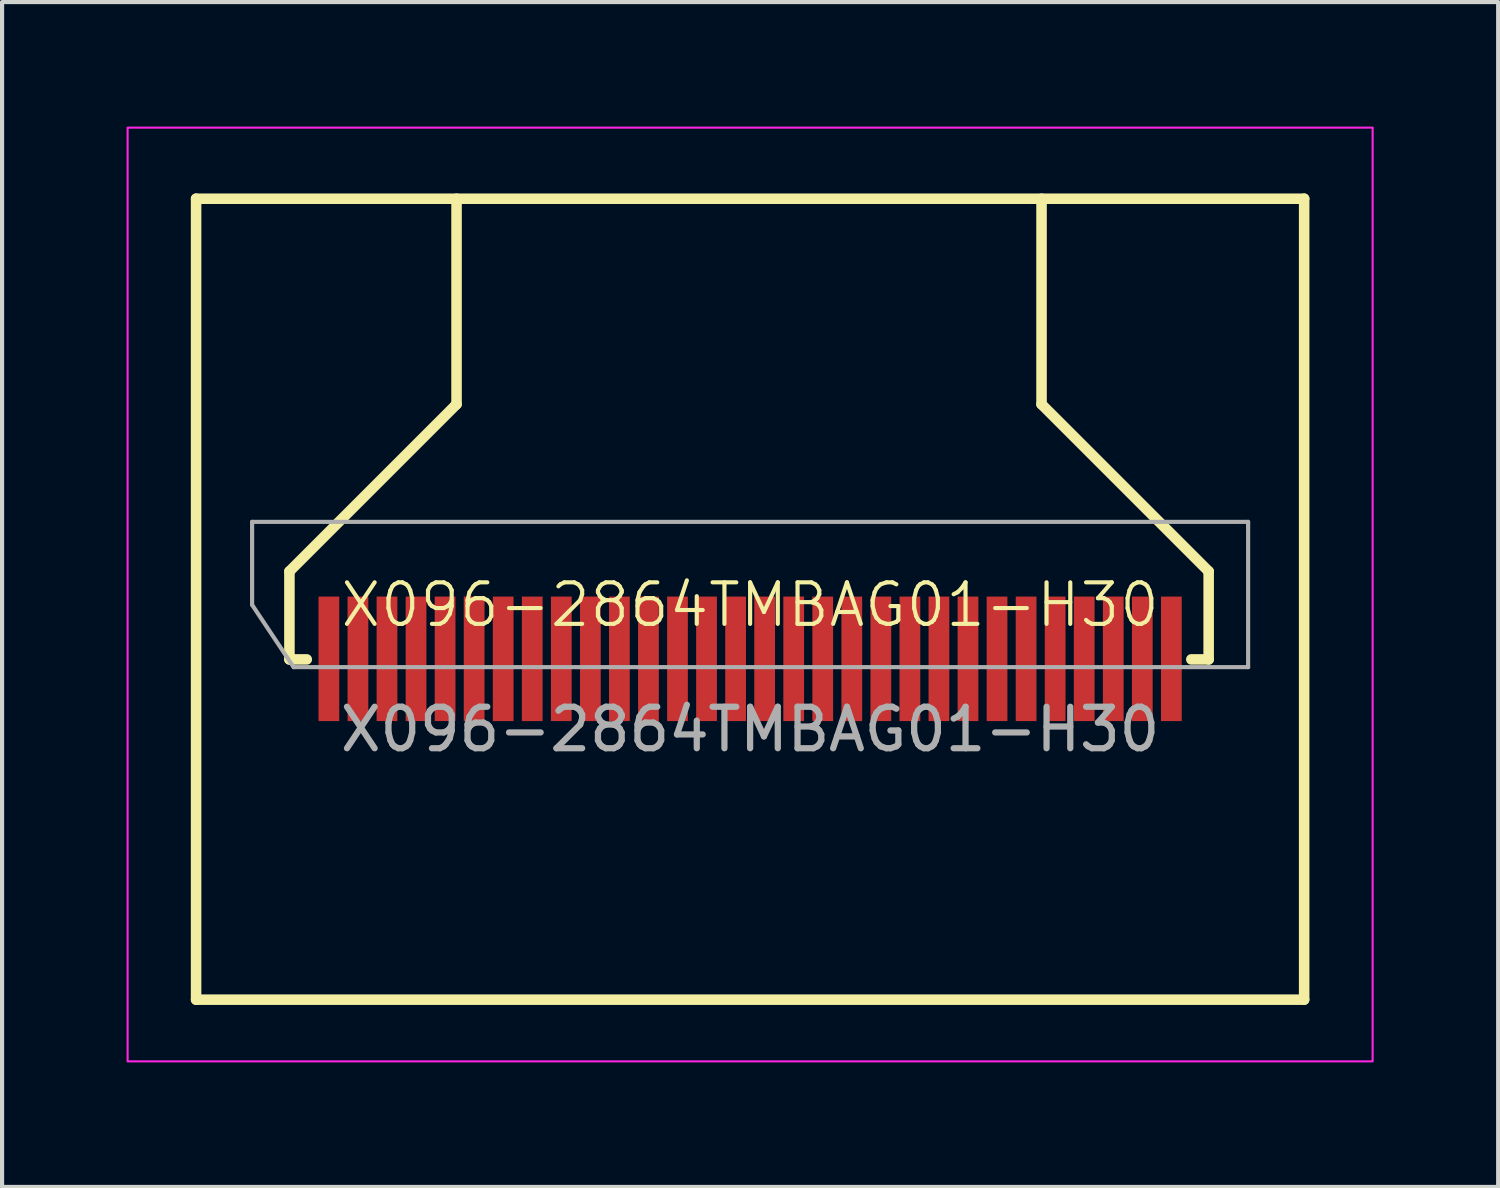
<source format=kicad_pcb>
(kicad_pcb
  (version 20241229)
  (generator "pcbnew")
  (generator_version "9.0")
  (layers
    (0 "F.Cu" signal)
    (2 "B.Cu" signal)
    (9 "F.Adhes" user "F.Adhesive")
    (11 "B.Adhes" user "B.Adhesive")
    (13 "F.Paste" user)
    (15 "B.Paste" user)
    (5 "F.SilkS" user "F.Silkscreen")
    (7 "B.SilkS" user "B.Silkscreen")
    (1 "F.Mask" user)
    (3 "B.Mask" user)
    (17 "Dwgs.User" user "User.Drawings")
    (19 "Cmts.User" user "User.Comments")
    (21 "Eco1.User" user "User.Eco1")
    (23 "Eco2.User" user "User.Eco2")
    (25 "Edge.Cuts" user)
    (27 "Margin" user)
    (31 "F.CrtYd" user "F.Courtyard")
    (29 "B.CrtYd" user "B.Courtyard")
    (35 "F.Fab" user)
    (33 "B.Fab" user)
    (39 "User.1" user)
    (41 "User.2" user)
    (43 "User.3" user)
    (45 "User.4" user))
  (footprint "X096-2864TMBAG01-H30"
    (layer "F.Cu")
    (at 15.025 12.025)
    (property "Reference" "X096-2864TMBAG01-H30" (at 0 -0.5 0) (unlocked yes) (layer "F.SilkS") (effects (font (size 1 1) (thickness 0.1))))
    (attr smd)
    (fp_line (start -13.35 -10.287) (end 13.35 -10.287) (stroke (width 0.254) (type default)) (layer "F.SilkS"))
    (fp_line (start -13.35 9.013) (end -13.35 -10.287) (stroke (width 0.254) (type default)) (layer "F.SilkS"))
    (fp_line (start -13.35 9.013) (end 13.35 9.013) (stroke (width 0.254) (type default)) (layer "F.SilkS"))
    (fp_line (start -11.101 -1.307) (end -11.101 0.814) (stroke (width 0.254) (type default)) (layer "F.SilkS"))
    (fp_line (start -11.101 -1.307) (end -7.074 -5.334) (stroke (width 0.254) (type default)) (layer "F.SilkS"))
    (fp_line (start -11.101 0.814) (end -10.683 0.814) (stroke (width 0.254) (type default)) (layer "F.SilkS"))
    (fp_line (start -7.074 -5.334) (end -7.074 -10.287) (stroke (width 0.254) (type default)) (layer "F.SilkS"))
    (fp_line (start 7.022 -5.334) (end 7.022 -10.287) (stroke (width 0.254) (type default)) (layer "F.SilkS"))
    (fp_line (start 11.049 -1.307) (end 7.022 -5.334) (stroke (width 0.254) (type default)) (layer "F.SilkS"))
    (fp_line (start 11.049 -1.307) (end 11.049 0.814) (stroke (width 0.254) (type default)) (layer "F.SilkS"))
    (fp_line (start 11.049 0.814) (end 10.631 0.814) (stroke (width 0.254) (type default)) (layer "F.SilkS"))
    (fp_line (start 13.35 9.013) (end 13.35 -10.287) (stroke (width 0.254) (type default)) (layer "F.SilkS"))
    (fp_rect (start -15 -12) (end 15 10.5) (stroke (width 0.05) (type default)) (fill no) (layer "F.CrtYd"))
    (fp_line (start -12 -2.5) (end 12 -2.5) (stroke (width 0.1) (type default)) (layer "F.Fab"))
    (fp_line (start -12 -0.5) (end -12 -2.5) (stroke (width 0.1) (type default)) (layer "F.Fab"))
    (fp_line (start -11 1) (end -12 -0.5) (stroke (width 0.1) (type default)) (layer "F.Fab"))
    (fp_line (start 12 -2.5) (end 12 1) (stroke (width 0.1) (type default)) (layer "F.Fab"))
    (fp_line (start 12 1) (end -11 1) (stroke (width 0.1) (type default)) (layer "F.Fab"))
    (fp_text user "${REFERENCE}" (at 0 2.5 0) (unlocked yes) (layer "F.Fab") (effects (font (size 1 1) (thickness 0.15))))
    (pad "1" smd rect (at -10.15 0.8 180) (size 0.5 3) (layers "F.Cu" "F.Mask" "F.Paste"))
    (pad "2" smd rect (at -9.45 0.8 180) (size 0.5 3) (layers "F.Cu" "F.Mask" "F.Paste"))
    (pad "3" smd rect (at -8.75 0.8 180) (size 0.5 3) (layers "F.Cu" "F.Mask" "F.Paste"))
    (pad "4" smd rect (at -8.05 0.8 180) (size 0.5 3) (layers "F.Cu" "F.Mask" "F.Paste"))
    (pad "5" smd rect (at -7.35 0.8 180) (size 0.5 3) (layers "F.Cu" "F.Mask" "F.Paste"))
    (pad "6" smd rect (at -6.65 0.8 180) (size 0.5 3) (layers "F.Cu" "F.Mask" "F.Paste"))
    (pad "7" smd rect (at -5.95 0.8 180) (size 0.5 3) (layers "F.Cu" "F.Mask" "F.Paste"))
    (pad "8" smd rect (at -5.25 0.8 180) (size 0.5 3) (layers "F.Cu" "F.Mask" "F.Paste"))
    (pad "9" smd rect (at -4.55 0.8 180) (size 0.5 3) (layers "F.Cu" "F.Mask" "F.Paste"))
    (pad "10" smd rect (at -3.85 0.8 180) (size 0.5 3) (layers "F.Cu" "F.Mask" "F.Paste"))
    (pad "11" smd rect (at -3.15 0.8 180) (size 0.5 3) (layers "F.Cu" "F.Mask" "F.Paste"))
    (pad "12" smd rect (at -2.45 0.8 180) (size 0.5 3) (layers "F.Cu" "F.Mask" "F.Paste"))
    (pad "13" smd rect (at -1.75 0.8 180) (size 0.5 3) (layers "F.Cu" "F.Mask" "F.Paste"))
    (pad "14" smd rect (at -1.05 0.8 180) (size 0.5 3) (layers "F.Cu" "F.Mask" "F.Paste"))
    (pad "15" smd rect (at -0.35 0.8 180) (size 0.5 3) (layers "F.Cu" "F.Mask" "F.Paste"))
    (pad "16" smd rect (at 0.35 0.8 180) (size 0.5 3) (layers "F.Cu" "F.Mask" "F.Paste"))
    (pad "17" smd rect (at 1.05 0.8 180) (size 0.5 3) (layers "F.Cu" "F.Mask" "F.Paste"))
    (pad "18" smd rect (at 1.75 0.8 180) (size 0.5 3) (layers "F.Cu" "F.Mask" "F.Paste"))
    (pad "19" smd rect (at 2.45 0.8 180) (size 0.5 3) (layers "F.Cu" "F.Mask" "F.Paste"))
    (pad "20" smd rect (at 3.15 0.8 180) (size 0.5 3) (layers "F.Cu" "F.Mask" "F.Paste"))
    (pad "21" smd rect (at 3.85 0.8 180) (size 0.5 3) (layers "F.Cu" "F.Mask" "F.Paste"))
    (pad "22" smd rect (at 4.55 0.8 180) (size 0.5 3) (layers "F.Cu" "F.Mask" "F.Paste"))
    (pad "23" smd rect (at 5.25 0.8 180) (size 0.5 3) (layers "F.Cu" "F.Mask" "F.Paste"))
    (pad "24" smd rect (at 5.95 0.8 180) (size 0.5 3) (layers "F.Cu" "F.Mask" "F.Paste"))
    (pad "25" smd rect (at 6.65 0.8 180) (size 0.5 3) (layers "F.Cu" "F.Mask" "F.Paste"))
    (pad "26" smd rect (at 7.35 0.8 180) (size 0.5 3) (layers "F.Cu" "F.Mask" "F.Paste"))
    (pad "27" smd rect (at 8.05 0.8 180) (size 0.5 3) (layers "F.Cu" "F.Mask" "F.Paste"))
    (pad "28" smd rect (at 8.75 0.8 180) (size 0.5 3) (layers "F.Cu" "F.Mask" "F.Paste"))
    (pad "29" smd rect (at 9.45 0.8 180) (size 0.5 3) (layers "F.Cu" "F.Mask" "F.Paste"))
    (pad "30" smd rect (at 10.15 0.8 180) (size 0.5 3) (layers "F.Cu" "F.Mask" "F.Paste")))
  (gr_rect
    (start -3 -3)
    (end 33.05 25.55)
    (stroke (width 0.1) (type default))
    (fill no)
    (layer "Edge.Cuts")))
</source>
